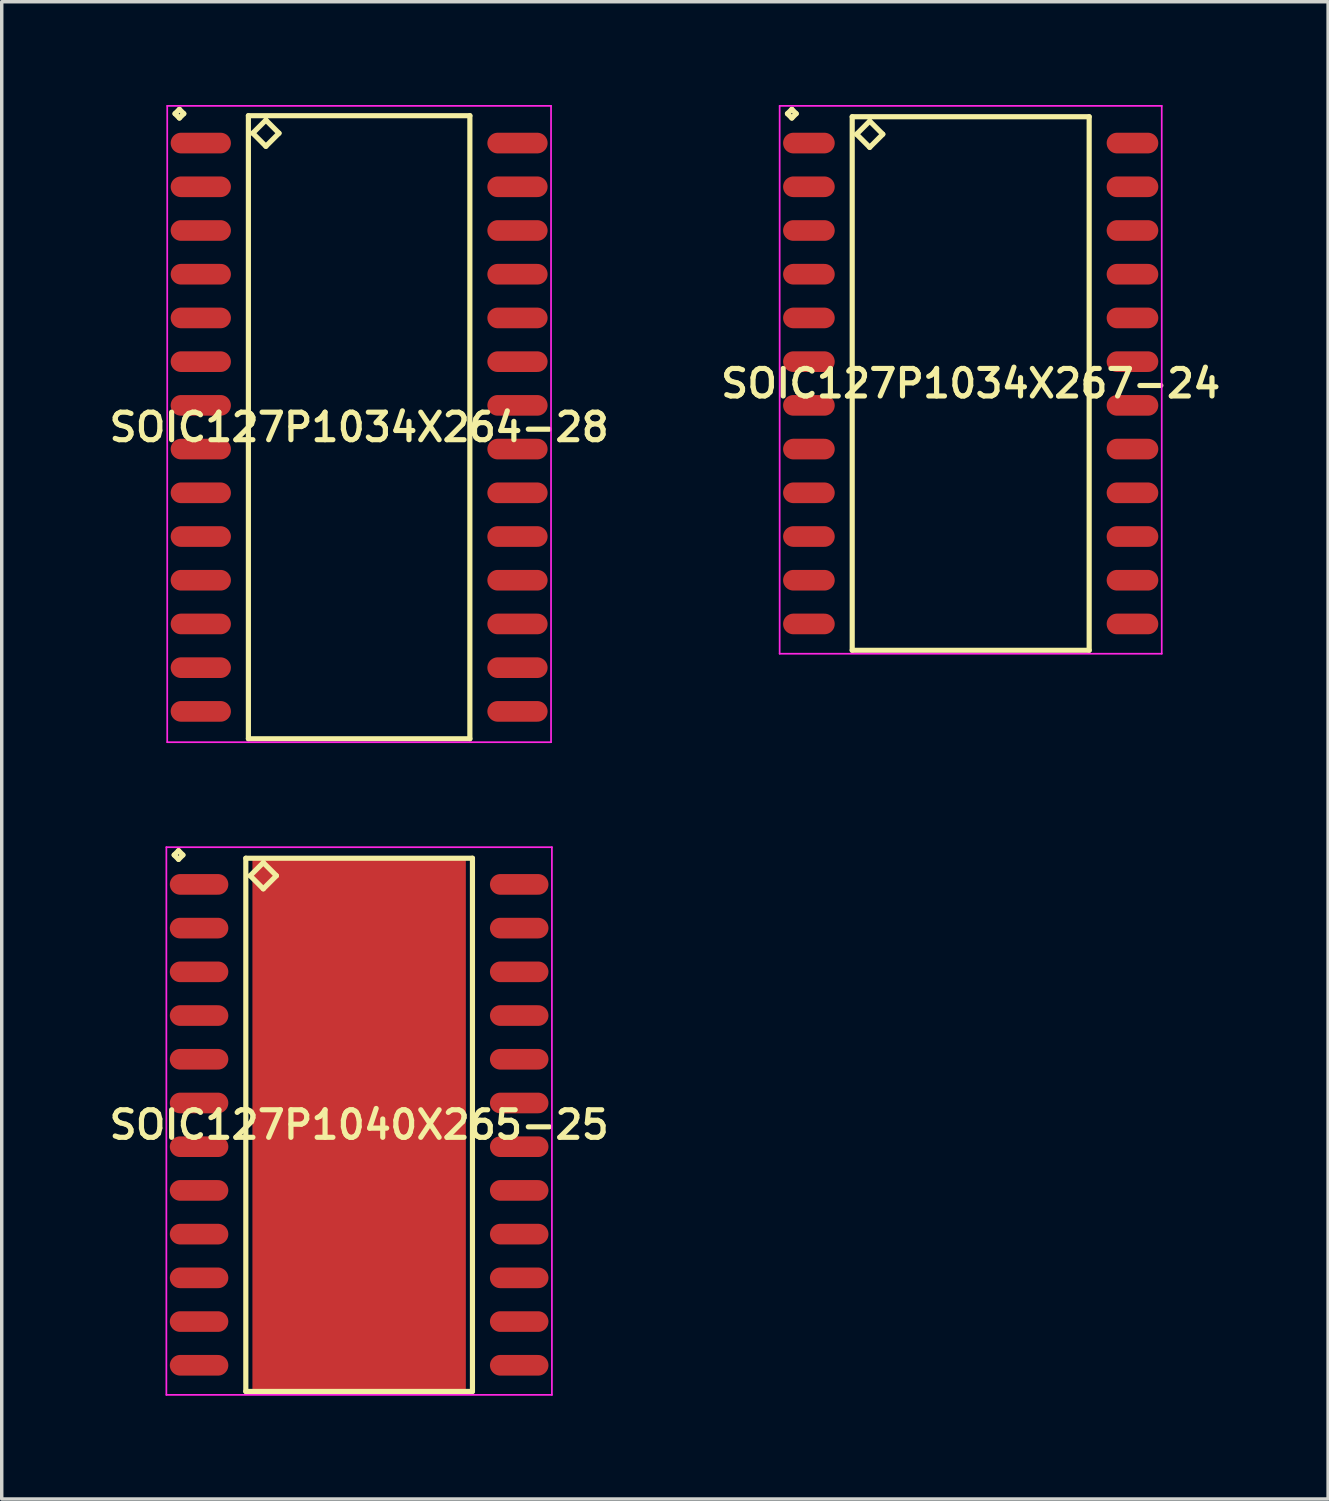
<source format=kicad_pcb>
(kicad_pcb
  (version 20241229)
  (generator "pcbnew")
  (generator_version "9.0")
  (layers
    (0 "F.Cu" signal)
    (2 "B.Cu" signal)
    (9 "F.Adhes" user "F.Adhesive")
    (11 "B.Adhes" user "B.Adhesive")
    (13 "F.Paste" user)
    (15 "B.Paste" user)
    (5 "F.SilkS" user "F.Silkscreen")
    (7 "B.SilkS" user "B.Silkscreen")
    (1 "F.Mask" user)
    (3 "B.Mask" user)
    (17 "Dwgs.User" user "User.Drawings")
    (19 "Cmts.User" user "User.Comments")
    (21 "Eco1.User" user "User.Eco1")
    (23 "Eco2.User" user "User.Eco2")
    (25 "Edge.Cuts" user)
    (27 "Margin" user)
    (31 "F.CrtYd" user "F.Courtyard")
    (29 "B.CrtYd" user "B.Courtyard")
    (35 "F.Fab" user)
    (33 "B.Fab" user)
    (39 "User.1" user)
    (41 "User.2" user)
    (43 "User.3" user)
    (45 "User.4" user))
  (footprint "SOIC127P1040X265-25"
    (layer "F.Cu")
    (at 7.383 29.627)
    (property "Reference" "SOIC127P1040X265-25" (at 0 0 0) (layer "F.SilkS") (effects (font (size 0.8 0.8) (thickness 0.15))))
    (attr smd)
    (fp_line (start -5.373 -7.839) (end -5.246 -7.966) (stroke (width 0.15) (type solid)) (layer "F.SilkS"))
    (fp_line (start -5.246 -7.966) (end -5.119 -7.839) (stroke (width 0.15) (type solid)) (layer "F.SilkS"))
    (fp_line (start -5.246 -7.712) (end -5.373 -7.839) (stroke (width 0.15) (type solid)) (layer "F.SilkS"))
    (fp_line (start -5.119 -7.839) (end -5.246 -7.712) (stroke (width 0.15) (type solid)) (layer "F.SilkS"))
    (fp_line (start -3.292 -7.745) (end -3.292 7.745) (stroke (width 0.15) (type solid)) (layer "F.SilkS"))
    (fp_line (start -3.292 7.745) (end 3.292 7.745) (stroke (width 0.15) (type solid)) (layer "F.SilkS"))
    (fp_line (start -3.165 -7.237) (end -2.784 -7.618) (stroke (width 0.15) (type solid)) (layer "F.SilkS"))
    (fp_line (start -2.784 -7.618) (end -2.403 -7.237) (stroke (width 0.15) (type solid)) (layer "F.SilkS"))
    (fp_line (start -2.784 -6.856) (end -3.165 -7.237) (stroke (width 0.15) (type solid)) (layer "F.SilkS"))
    (fp_line (start -2.403 -7.237) (end -2.784 -6.856) (stroke (width 0.15) (type solid)) (layer "F.SilkS"))
    (fp_line (start 3.292 -7.745) (end -3.292 -7.745) (stroke (width 0.15) (type solid)) (layer "F.SilkS"))
    (fp_line (start 3.292 7.745) (end 3.292 -7.745) (stroke (width 0.15) (type solid)) (layer "F.SilkS"))
    (fp_line (start -5.6 -8.066) (end 5.6 -8.066) (stroke (width 0.05) (type solid)) (layer "F.CrtYd"))
    (fp_line (start -5.6 7.845) (end -5.6 -8.066) (stroke (width 0.05) (type solid)) (layer "F.CrtYd"))
    (fp_line (start 5.6 -8.066) (end 5.6 7.845) (stroke (width 0.05) (type solid)) (layer "F.CrtYd"))
    (fp_line (start 5.6 7.845) (end -5.6 7.845) (stroke (width 0.05) (type solid)) (layer "F.CrtYd"))
    (pad "1" smd oval (at -4.65 -6.985) (size 1.7 0.6) (layers "F.Cu" "F.Mask" "F.Paste"))
    (pad "2" smd oval (at -4.65 -5.715) (size 1.7 0.6) (layers "F.Cu" "F.Mask" "F.Paste"))
    (pad "3" smd oval (at -4.65 -4.445) (size 1.7 0.6) (layers "F.Cu" "F.Mask" "F.Paste"))
    (pad "4" smd oval (at -4.65 -3.175) (size 1.7 0.6) (layers "F.Cu" "F.Mask" "F.Paste"))
    (pad "5" smd oval (at -4.65 -1.905) (size 1.7 0.6) (layers "F.Cu" "F.Mask" "F.Paste"))
    (pad "6" smd oval (at -4.65 -0.635) (size 1.7 0.6) (layers "F.Cu" "F.Mask" "F.Paste"))
    (pad "7" smd oval (at -4.65 0.635) (size 1.7 0.6) (layers "F.Cu" "F.Mask" "F.Paste"))
    (pad "8" smd oval (at -4.65 1.905) (size 1.7 0.6) (layers "F.Cu" "F.Mask" "F.Paste"))
    (pad "9" smd oval (at -4.65 3.175) (size 1.7 0.6) (layers "F.Cu" "F.Mask" "F.Paste"))
    (pad "10" smd oval (at -4.65 4.445) (size 1.7 0.6) (layers "F.Cu" "F.Mask" "F.Paste"))
    (pad "11" smd oval (at -4.65 5.715) (size 1.7 0.6) (layers "F.Cu" "F.Mask" "F.Paste"))
    (pad "12" smd oval (at -4.65 6.985) (size 1.7 0.6) (layers "F.Cu" "F.Mask" "F.Paste"))
    (pad "13" smd oval (at 4.65 6.985) (size 1.7 0.6) (layers "F.Cu" "F.Mask" "F.Paste"))
    (pad "14" smd oval (at 4.65 5.715) (size 1.7 0.6) (layers "F.Cu" "F.Mask" "F.Paste"))
    (pad "15" smd oval (at 4.65 4.445) (size 1.7 0.6) (layers "F.Cu" "F.Mask" "F.Paste"))
    (pad "16" smd oval (at 4.65 3.175) (size 1.7 0.6) (layers "F.Cu" "F.Mask" "F.Paste"))
    (pad "17" smd oval (at 4.65 1.905) (size 1.7 0.6) (layers "F.Cu" "F.Mask" "F.Paste"))
    (pad "18" smd oval (at 4.65 0.635) (size 1.7 0.6) (layers "F.Cu" "F.Mask" "F.Paste"))
    (pad "19" smd oval (at 4.65 -0.635) (size 1.7 0.6) (layers "F.Cu" "F.Mask" "F.Paste"))
    (pad "20" smd oval (at 4.65 -1.905) (size 1.7 0.6) (layers "F.Cu" "F.Mask" "F.Paste"))
    (pad "21" smd oval (at 4.65 -3.175) (size 1.7 0.6) (layers "F.Cu" "F.Mask" "F.Paste"))
    (pad "22" smd oval (at 4.65 -4.445) (size 1.7 0.6) (layers "F.Cu" "F.Mask" "F.Paste"))
    (pad "23" smd oval (at 4.65 -5.715) (size 1.7 0.6) (layers "F.Cu" "F.Mask" "F.Paste"))
    (pad "24" smd oval (at 4.65 -6.985) (size 1.7 0.6) (layers "F.Cu" "F.Mask" "F.Paste"))
    (pad "25" smd rect (at 0 0) (size 6.2 15.45) (layers "F.Cu" "F.Mask" "F.Paste")))
  (footprint "SOIC127P1034X267-24"
    (layer "F.Cu")
    (at 25.149 8.091)
    (property "Reference" "SOIC127P1034X267-24" (at 0 0 0) (layer "F.SilkS") (effects (font (size 0.8 0.8) (thickness 0.15))))
    (attr smd)
    (fp_line (start -5.323 -7.839) (end -5.196 -7.966) (stroke (width 0.15) (type solid)) (layer "F.SilkS"))
    (fp_line (start -5.196 -7.966) (end -5.069 -7.839) (stroke (width 0.15) (type solid)) (layer "F.SilkS"))
    (fp_line (start -5.196 -7.712) (end -5.323 -7.839) (stroke (width 0.15) (type solid)) (layer "F.SilkS"))
    (fp_line (start -5.069 -7.839) (end -5.196 -7.712) (stroke (width 0.15) (type solid)) (layer "F.SilkS"))
    (fp_line (start -3.442 -7.75) (end -3.442 7.75) (stroke (width 0.15) (type solid)) (layer "F.SilkS"))
    (fp_line (start -3.442 7.75) (end 3.442 7.75) (stroke (width 0.15) (type solid)) (layer "F.SilkS"))
    (fp_line (start -3.315 -7.242) (end -2.934 -7.623) (stroke (width 0.15) (type solid)) (layer "F.SilkS"))
    (fp_line (start -2.934 -7.623) (end -2.553 -7.242) (stroke (width 0.15) (type solid)) (layer "F.SilkS"))
    (fp_line (start -2.934 -6.861) (end -3.315 -7.242) (stroke (width 0.15) (type solid)) (layer "F.SilkS"))
    (fp_line (start -2.553 -7.242) (end -2.934 -6.861) (stroke (width 0.15) (type solid)) (layer "F.SilkS"))
    (fp_line (start 3.442 -7.75) (end -3.442 -7.75) (stroke (width 0.15) (type solid)) (layer "F.SilkS"))
    (fp_line (start 3.442 7.75) (end 3.442 -7.75) (stroke (width 0.15) (type solid)) (layer "F.SilkS"))
    (fp_line (start -5.55 -8.066) (end 5.55 -8.066) (stroke (width 0.05) (type solid)) (layer "F.CrtYd"))
    (fp_line (start -5.55 7.85) (end -5.55 -8.066) (stroke (width 0.05) (type solid)) (layer "F.CrtYd"))
    (fp_line (start 5.55 -8.066) (end 5.55 7.85) (stroke (width 0.05) (type solid)) (layer "F.CrtYd"))
    (fp_line (start 5.55 7.85) (end -5.55 7.85) (stroke (width 0.05) (type solid)) (layer "F.CrtYd"))
    (pad "1" smd oval (at -4.7 -6.985) (size 1.5 0.6) (layers "F.Cu" "F.Mask" "F.Paste"))
    (pad "2" smd oval (at -4.7 -5.715) (size 1.5 0.6) (layers "F.Cu" "F.Mask" "F.Paste"))
    (pad "3" smd oval (at -4.7 -4.445) (size 1.5 0.6) (layers "F.Cu" "F.Mask" "F.Paste"))
    (pad "4" smd oval (at -4.7 -3.175) (size 1.5 0.6) (layers "F.Cu" "F.Mask" "F.Paste"))
    (pad "5" smd oval (at -4.7 -1.905) (size 1.5 0.6) (layers "F.Cu" "F.Mask" "F.Paste"))
    (pad "6" smd oval (at -4.7 -0.635) (size 1.5 0.6) (layers "F.Cu" "F.Mask" "F.Paste"))
    (pad "7" smd oval (at -4.7 0.635) (size 1.5 0.6) (layers "F.Cu" "F.Mask" "F.Paste"))
    (pad "8" smd oval (at -4.7 1.905) (size 1.5 0.6) (layers "F.Cu" "F.Mask" "F.Paste"))
    (pad "9" smd oval (at -4.7 3.175) (size 1.5 0.6) (layers "F.Cu" "F.Mask" "F.Paste"))
    (pad "10" smd oval (at -4.7 4.445) (size 1.5 0.6) (layers "F.Cu" "F.Mask" "F.Paste"))
    (pad "11" smd oval (at -4.7 5.715) (size 1.5 0.6) (layers "F.Cu" "F.Mask" "F.Paste"))
    (pad "12" smd oval (at -4.7 6.985) (size 1.5 0.6) (layers "F.Cu" "F.Mask" "F.Paste"))
    (pad "13" smd oval (at 4.7 6.985) (size 1.5 0.6) (layers "F.Cu" "F.Mask" "F.Paste"))
    (pad "14" smd oval (at 4.7 5.715) (size 1.5 0.6) (layers "F.Cu" "F.Mask" "F.Paste"))
    (pad "15" smd oval (at 4.7 4.445) (size 1.5 0.6) (layers "F.Cu" "F.Mask" "F.Paste"))
    (pad "16" smd oval (at 4.7 3.175) (size 1.5 0.6) (layers "F.Cu" "F.Mask" "F.Paste"))
    (pad "17" smd oval (at 4.7 1.905) (size 1.5 0.6) (layers "F.Cu" "F.Mask" "F.Paste"))
    (pad "18" smd oval (at 4.7 0.635) (size 1.5 0.6) (layers "F.Cu" "F.Mask" "F.Paste"))
    (pad "19" smd oval (at 4.7 -0.635) (size 1.5 0.6) (layers "F.Cu" "F.Mask" "F.Paste"))
    (pad "20" smd oval (at 4.7 -1.905) (size 1.5 0.6) (layers "F.Cu" "F.Mask" "F.Paste"))
    (pad "21" smd oval (at 4.7 -3.175) (size 1.5 0.6) (layers "F.Cu" "F.Mask" "F.Paste"))
    (pad "22" smd oval (at 4.7 -4.445) (size 1.5 0.6) (layers "F.Cu" "F.Mask" "F.Paste"))
    (pad "23" smd oval (at 4.7 -5.715) (size 1.5 0.6) (layers "F.Cu" "F.Mask" "F.Paste"))
    (pad "24" smd oval (at 4.7 -6.985) (size 1.5 0.6) (layers "F.Cu" "F.Mask" "F.Paste")))
  (footprint "SOIC127P1034X264-28"
    (layer "F.Cu")
    (at 7.383 9.361)
    (property "Reference" "SOIC127P1034X264-28" (at 0 0 0) (layer "F.SilkS") (effects (font (size 0.8 0.8) (thickness 0.15))))
    (attr smd)
    (fp_line (start -5.348 -9.109) (end -5.221 -9.236) (stroke (width 0.15) (type solid)) (layer "F.SilkS"))
    (fp_line (start -5.221 -9.236) (end -5.094 -9.109) (stroke (width 0.15) (type solid)) (layer "F.SilkS"))
    (fp_line (start -5.221 -8.982) (end -5.348 -9.109) (stroke (width 0.15) (type solid)) (layer "F.SilkS"))
    (fp_line (start -5.094 -9.109) (end -5.221 -8.982) (stroke (width 0.15) (type solid)) (layer "F.SilkS"))
    (fp_line (start -3.217 -9.05) (end -3.217 9.05) (stroke (width 0.15) (type solid)) (layer "F.SilkS"))
    (fp_line (start -3.217 9.05) (end 3.217 9.05) (stroke (width 0.15) (type solid)) (layer "F.SilkS"))
    (fp_line (start -3.09 -8.542) (end -2.709 -8.923) (stroke (width 0.15) (type solid)) (layer "F.SilkS"))
    (fp_line (start -2.709 -8.923) (end -2.328 -8.542) (stroke (width 0.15) (type solid)) (layer "F.SilkS"))
    (fp_line (start -2.709 -8.161) (end -3.09 -8.542) (stroke (width 0.15) (type solid)) (layer "F.SilkS"))
    (fp_line (start -2.328 -8.542) (end -2.709 -8.161) (stroke (width 0.15) (type solid)) (layer "F.SilkS"))
    (fp_line (start 3.217 -9.05) (end -3.217 -9.05) (stroke (width 0.15) (type solid)) (layer "F.SilkS"))
    (fp_line (start 3.217 9.05) (end 3.217 -9.05) (stroke (width 0.15) (type solid)) (layer "F.SilkS"))
    (fp_line (start -5.575 -9.336) (end 5.575 -9.336) (stroke (width 0.05) (type solid)) (layer "F.CrtYd"))
    (fp_line (start -5.575 9.15) (end -5.575 -9.336) (stroke (width 0.05) (type solid)) (layer "F.CrtYd"))
    (fp_line (start 5.575 -9.336) (end 5.575 9.15) (stroke (width 0.05) (type solid)) (layer "F.CrtYd"))
    (fp_line (start 5.575 9.15) (end -5.575 9.15) (stroke (width 0.05) (type solid)) (layer "F.CrtYd"))
    (pad "1" smd oval (at -4.6 -8.255) (size 1.75 0.6) (layers "F.Cu" "F.Mask" "F.Paste"))
    (pad "2" smd oval (at -4.6 -6.985) (size 1.75 0.6) (layers "F.Cu" "F.Mask" "F.Paste"))
    (pad "3" smd oval (at -4.6 -5.715) (size 1.75 0.6) (layers "F.Cu" "F.Mask" "F.Paste"))
    (pad "4" smd oval (at -4.6 -4.445) (size 1.75 0.6) (layers "F.Cu" "F.Mask" "F.Paste"))
    (pad "5" smd oval (at -4.6 -3.175) (size 1.75 0.6) (layers "F.Cu" "F.Mask" "F.Paste"))
    (pad "6" smd oval (at -4.6 -1.905) (size 1.75 0.6) (layers "F.Cu" "F.Mask" "F.Paste"))
    (pad "7" smd oval (at -4.6 -0.635) (size 1.75 0.6) (layers "F.Cu" "F.Mask" "F.Paste"))
    (pad "8" smd oval (at -4.6 0.635) (size 1.75 0.6) (layers "F.Cu" "F.Mask" "F.Paste"))
    (pad "9" smd oval (at -4.6 1.905) (size 1.75 0.6) (layers "F.Cu" "F.Mask" "F.Paste"))
    (pad "10" smd oval (at -4.6 3.175) (size 1.75 0.6) (layers "F.Cu" "F.Mask" "F.Paste"))
    (pad "11" smd oval (at -4.6 4.445) (size 1.75 0.6) (layers "F.Cu" "F.Mask" "F.Paste"))
    (pad "12" smd oval (at -4.6 5.715) (size 1.75 0.6) (layers "F.Cu" "F.Mask" "F.Paste"))
    (pad "13" smd oval (at -4.6 6.985) (size 1.75 0.6) (layers "F.Cu" "F.Mask" "F.Paste"))
    (pad "14" smd oval (at -4.6 8.255) (size 1.75 0.6) (layers "F.Cu" "F.Mask" "F.Paste"))
    (pad "15" smd oval (at 4.6 8.255) (size 1.75 0.6) (layers "F.Cu" "F.Mask" "F.Paste"))
    (pad "16" smd oval (at 4.6 6.985) (size 1.75 0.6) (layers "F.Cu" "F.Mask" "F.Paste"))
    (pad "17" smd oval (at 4.6 5.715) (size 1.75 0.6) (layers "F.Cu" "F.Mask" "F.Paste"))
    (pad "18" smd oval (at 4.6 4.445) (size 1.75 0.6) (layers "F.Cu" "F.Mask" "F.Paste"))
    (pad "19" smd oval (at 4.6 3.175) (size 1.75 0.6) (layers "F.Cu" "F.Mask" "F.Paste"))
    (pad "20" smd oval (at 4.6 1.905) (size 1.75 0.6) (layers "F.Cu" "F.Mask" "F.Paste"))
    (pad "21" smd oval (at 4.6 0.635) (size 1.75 0.6) (layers "F.Cu" "F.Mask" "F.Paste"))
    (pad "22" smd oval (at 4.6 -0.635) (size 1.75 0.6) (layers "F.Cu" "F.Mask" "F.Paste"))
    (pad "23" smd oval (at 4.6 -1.905) (size 1.75 0.6) (layers "F.Cu" "F.Mask" "F.Paste"))
    (pad "24" smd oval (at 4.6 -3.175) (size 1.75 0.6) (layers "F.Cu" "F.Mask" "F.Paste"))
    (pad "25" smd oval (at 4.6 -4.445) (size 1.75 0.6) (layers "F.Cu" "F.Mask" "F.Paste"))
    (pad "26" smd oval (at 4.6 -5.715) (size 1.75 0.6) (layers "F.Cu" "F.Mask" "F.Paste"))
    (pad "27" smd oval (at 4.6 -6.985) (size 1.75 0.6) (layers "F.Cu" "F.Mask" "F.Paste"))
    (pad "28" smd oval (at 4.6 -8.255) (size 1.75 0.6) (layers "F.Cu" "F.Mask" "F.Paste")))
  (gr_rect
    (start -3 -3)
    (end 35.532 40.497)
    (stroke (width 0.1) (type default))
    (fill no)
    (layer "Edge.Cuts")))
</source>
